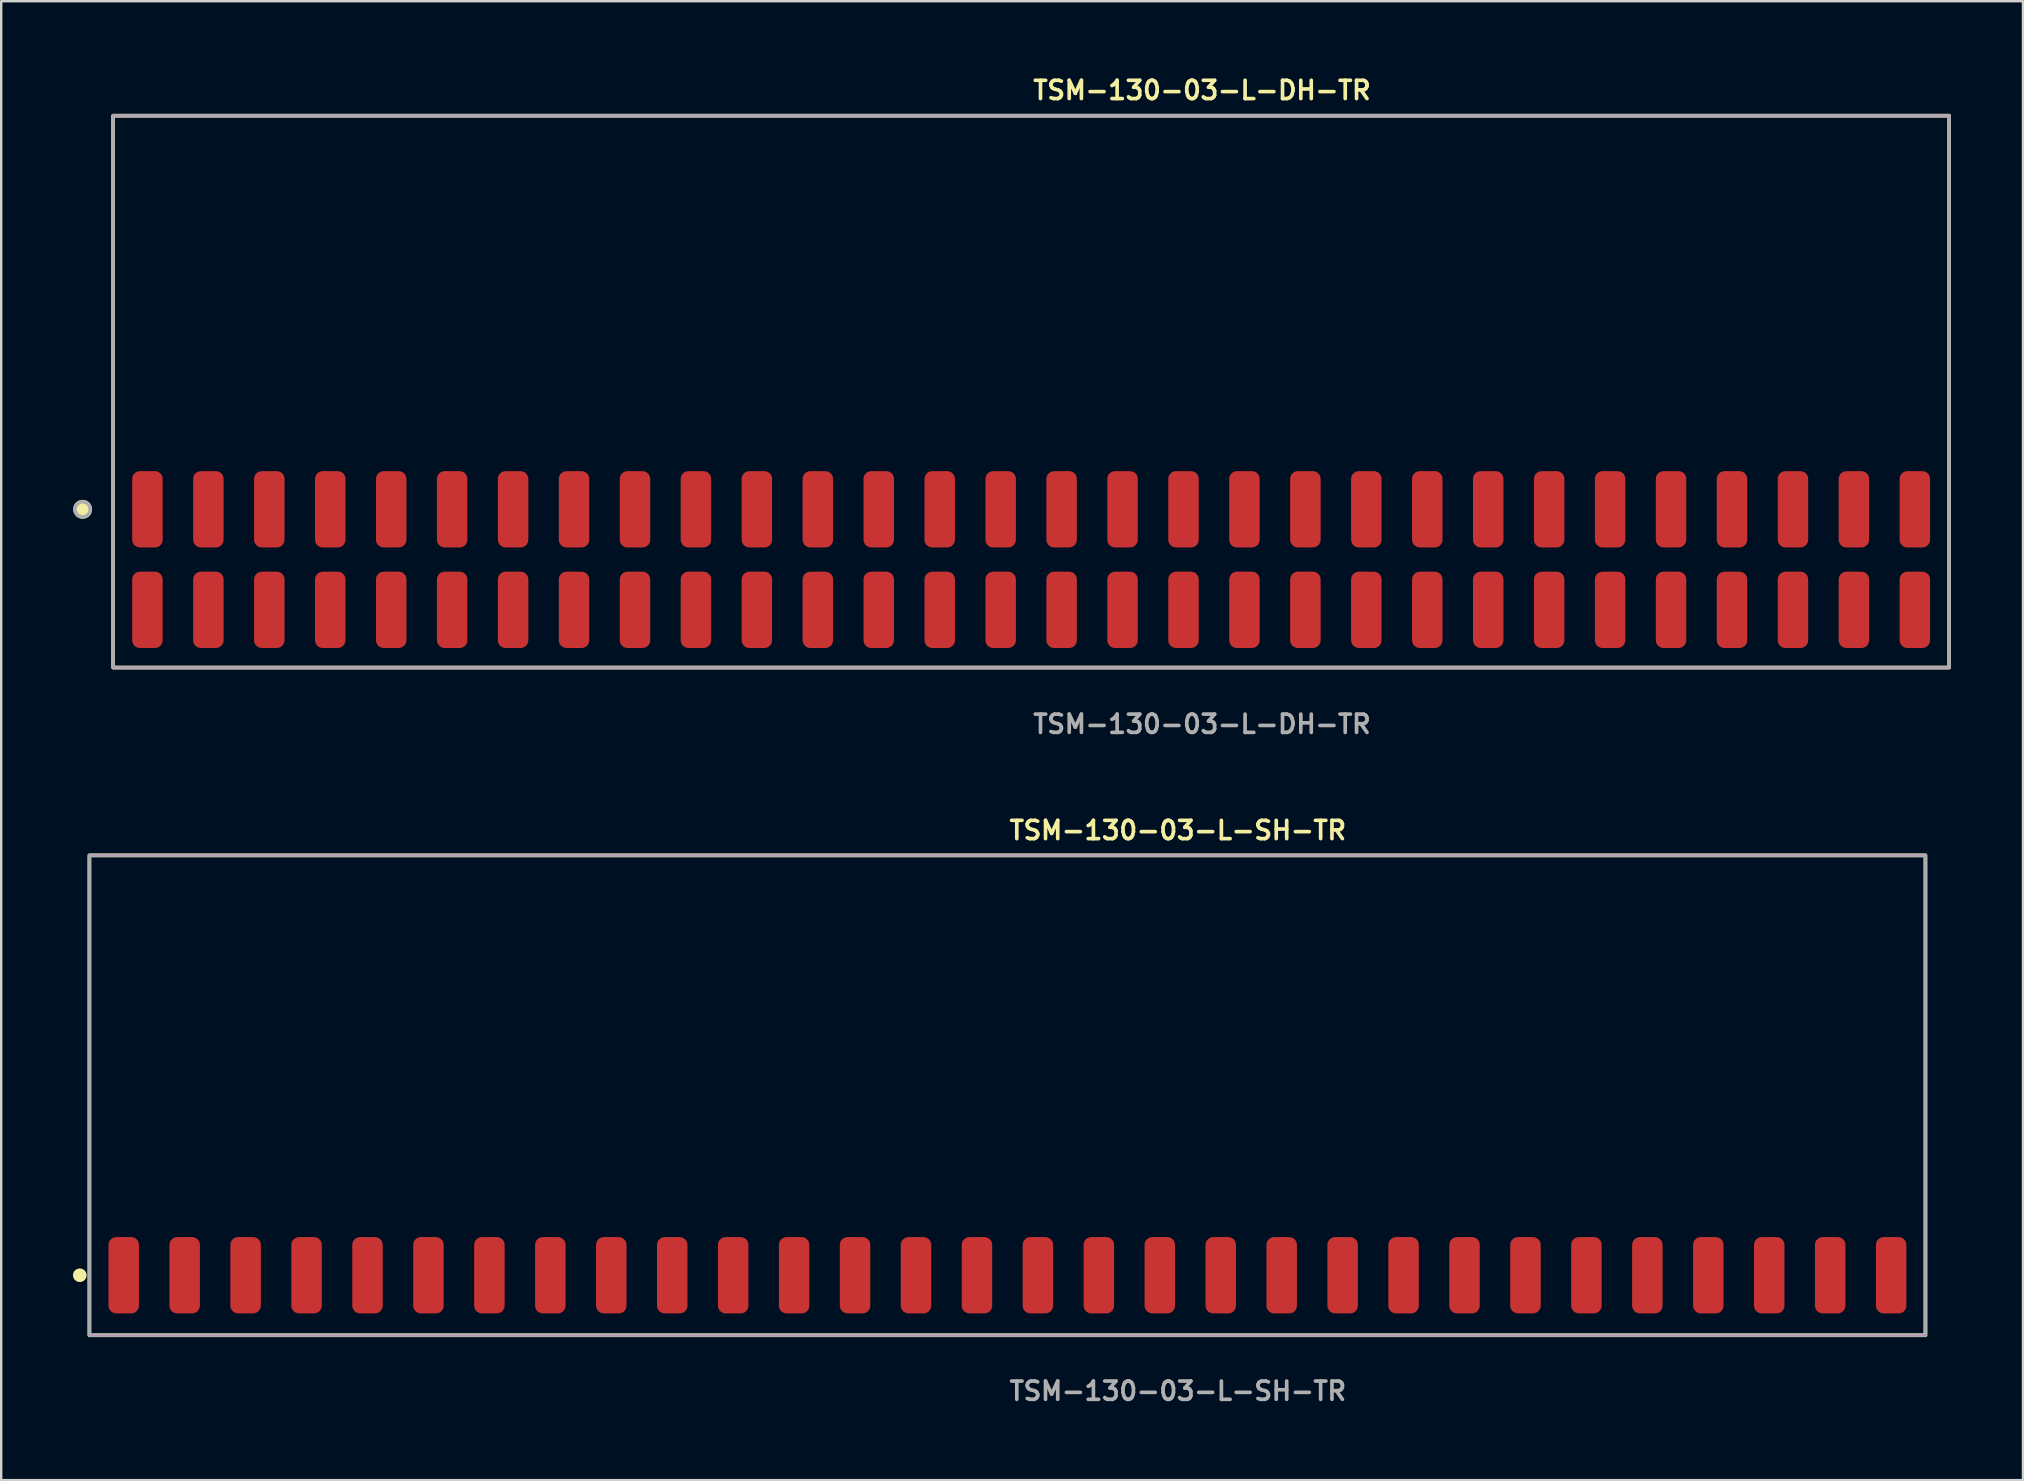
<source format=kicad_pcb>
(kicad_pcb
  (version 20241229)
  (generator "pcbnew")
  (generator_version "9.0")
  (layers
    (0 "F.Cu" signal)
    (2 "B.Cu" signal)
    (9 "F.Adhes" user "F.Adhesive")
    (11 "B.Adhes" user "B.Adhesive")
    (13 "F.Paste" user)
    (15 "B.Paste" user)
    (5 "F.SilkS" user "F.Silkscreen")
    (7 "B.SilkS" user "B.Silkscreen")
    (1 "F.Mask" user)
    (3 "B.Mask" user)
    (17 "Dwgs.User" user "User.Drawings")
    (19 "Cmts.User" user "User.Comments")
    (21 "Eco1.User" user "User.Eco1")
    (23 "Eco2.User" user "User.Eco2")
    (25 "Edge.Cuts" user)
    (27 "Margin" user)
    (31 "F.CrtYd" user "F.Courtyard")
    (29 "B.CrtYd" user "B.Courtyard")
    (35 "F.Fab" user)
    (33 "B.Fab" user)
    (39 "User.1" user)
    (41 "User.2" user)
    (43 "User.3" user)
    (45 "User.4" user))
  (footprint "TSM-130-03-L-SH-TR"
    (layer "F.Cu")
    (at 38.936 50.098)
    (property "Reference" "TSM-130-03-L-SH-TR" (at 0 -18.542 0) (unlocked yes) (layer "F.SilkS") (effects (font (size 0.762 0.762) (thickness 0.152)) (justify left)))
    (fp_rect (start -38.26 2.5) (end 38.26 -17.5) (stroke (width 0.152) (type solid)) (fill no) (layer "F.SilkS"))
    (fp_circle (center -38.66 0) (end -38.86 0) (stroke (width 0.152) (type solid)) (fill yes) (layer "F.SilkS"))
    (fp_circle (center -38.66 0) (end -38.86 0) (stroke (width 0.152) (type solid)) (fill yes) (layer "F.SilkS"))
    (fp_rect (start -38.26 2.5) (end 38.26 -17.5) (stroke (width 0.006) (type solid)) (fill no) (layer "F.CrtYd"))
    (fp_rect (start -38.26 2.5) (end 38.26 -17.5) (stroke (width 0.152) (type solid)) (fill no) (layer "F.Fab"))
    (fp_text user "${REFERENCE}" (at 0 4.826 0) (unlocked yes) (layer "F.Fab") (effects (font (size 0.762 0.762) (thickness 0.152)) (justify left)))
    (pad "1" smd roundrect (at -36.83 0) (size 1.27 3.18) (layers "F.Cu" "F.Paste") (roundrect_rratio 0.25))
    (pad "2" smd roundrect (at -34.29 0) (size 1.27 3.18) (layers "F.Cu" "F.Paste") (roundrect_rratio 0.25))
    (pad "3" smd roundrect (at -31.75 0) (size 1.27 3.18) (layers "F.Cu" "F.Paste") (roundrect_rratio 0.25))
    (pad "4" smd roundrect (at -29.21 0) (size 1.27 3.18) (layers "F.Cu" "F.Paste") (roundrect_rratio 0.25))
    (pad "5" smd roundrect (at -26.67 0) (size 1.27 3.18) (layers "F.Cu" "F.Paste") (roundrect_rratio 0.25))
    (pad "6" smd roundrect (at -24.13 0) (size 1.27 3.18) (layers "F.Cu" "F.Paste") (roundrect_rratio 0.25))
    (pad "7" smd roundrect (at -21.59 0) (size 1.27 3.18) (layers "F.Cu" "F.Paste") (roundrect_rratio 0.25))
    (pad "8" smd roundrect (at -19.05 0) (size 1.27 3.18) (layers "F.Cu" "F.Paste") (roundrect_rratio 0.25))
    (pad "9" smd roundrect (at -16.51 0) (size 1.27 3.18) (layers "F.Cu" "F.Paste") (roundrect_rratio 0.25))
    (pad "10" smd roundrect (at -13.97 0) (size 1.27 3.18) (layers "F.Cu" "F.Paste") (roundrect_rratio 0.25))
    (pad "11" smd roundrect (at -11.43 0) (size 1.27 3.18) (layers "F.Cu" "F.Paste") (roundrect_rratio 0.25))
    (pad "12" smd roundrect (at -8.89 0) (size 1.27 3.18) (layers "F.Cu" "F.Paste") (roundrect_rratio 0.25))
    (pad "13" smd roundrect (at -6.35 0) (size 1.27 3.18) (layers "F.Cu" "F.Paste") (roundrect_rratio 0.25))
    (pad "14" smd roundrect (at -3.81 0) (size 1.27 3.18) (layers "F.Cu" "F.Paste") (roundrect_rratio 0.25))
    (pad "15" smd roundrect (at -1.27 0) (size 1.27 3.18) (layers "F.Cu" "F.Paste") (roundrect_rratio 0.25))
    (pad "16" smd roundrect (at 1.27 0) (size 1.27 3.18) (layers "F.Cu" "F.Paste") (roundrect_rratio 0.25))
    (pad "17" smd roundrect (at 3.81 0) (size 1.27 3.18) (layers "F.Cu" "F.Paste") (roundrect_rratio 0.25))
    (pad "18" smd roundrect (at 6.35 0) (size 1.27 3.18) (layers "F.Cu" "F.Paste") (roundrect_rratio 0.25))
    (pad "19" smd roundrect (at 8.89 0) (size 1.27 3.18) (layers "F.Cu" "F.Paste") (roundrect_rratio 0.25))
    (pad "20" smd roundrect (at 11.43 0) (size 1.27 3.18) (layers "F.Cu" "F.Paste") (roundrect_rratio 0.25))
    (pad "21" smd roundrect (at 13.97 0) (size 1.27 3.18) (layers "F.Cu" "F.Paste") (roundrect_rratio 0.25))
    (pad "22" smd roundrect (at 16.51 0) (size 1.27 3.18) (layers "F.Cu" "F.Paste") (roundrect_rratio 0.25))
    (pad "23" smd roundrect (at 19.05 0) (size 1.27 3.18) (layers "F.Cu" "F.Paste") (roundrect_rratio 0.25))
    (pad "24" smd roundrect (at 21.59 0) (size 1.27 3.18) (layers "F.Cu" "F.Paste") (roundrect_rratio 0.25))
    (pad "25" smd roundrect (at 24.13 0) (size 1.27 3.18) (layers "F.Cu" "F.Paste") (roundrect_rratio 0.25))
    (pad "26" smd roundrect (at 26.67 0) (size 1.27 3.18) (layers "F.Cu" "F.Paste") (roundrect_rratio 0.25))
    (pad "27" smd roundrect (at 29.21 0) (size 1.27 3.18) (layers "F.Cu" "F.Paste") (roundrect_rratio 0.25))
    (pad "28" smd roundrect (at 31.75 0) (size 1.27 3.18) (layers "F.Cu" "F.Paste") (roundrect_rratio 0.25))
    (pad "29" smd roundrect (at 34.29 0) (size 1.27 3.18) (layers "F.Cu" "F.Paste") (roundrect_rratio 0.25))
    (pad "30" smd roundrect (at 36.83 0) (size 1.27 3.18) (layers "F.Cu" "F.Paste") (roundrect_rratio 0.25)))
  (footprint "TSM-130-03-L-DH-TR"
    (layer "F.Cu")
    (at 39.924 20.271)
    (property "Reference" "TSM-130-03-L-DH-TR" (at 0 -19.558 0) (unlocked yes) (layer "F.SilkS") (effects (font (size 0.762 0.762) (thickness 0.152)) (justify left)))
    (fp_rect (start -38.26 4.5) (end 38.26 -18.5) (stroke (width 0.152) (type solid)) (fill no) (layer "F.SilkS"))
    (fp_circle (center -39.53 -2.095) (end -39.847 -2.095) (stroke (width 0.152) (type solid)) (fill yes) (layer "F.SilkS"))
    (fp_rect (start -38.26 4.5) (end 38.26 -18.5) (stroke (width 0.006) (type solid)) (fill no) (layer "F.CrtYd"))
    (fp_rect (start -38.26 4.5) (end 38.26 -18.5) (stroke (width 0.152) (type solid)) (fill no) (layer "F.Fab"))
    (fp_circle (center -39.53 -2.095) (end -39.847 -2.095) (stroke (width 0.152) (type solid)) (fill no) (layer "F.Fab"))
    (fp_text user "${REFERENCE}" (at 0 6.858 0) (unlocked yes) (layer "F.Fab") (effects (font (size 0.762 0.762) (thickness 0.152)) (justify left)))
    (pad "1" smd roundrect (at -36.83 2.095) (size 1.27 3.18) (layers "F.Cu" "F.Paste") (roundrect_rratio 0.25))
    (pad "2" smd roundrect (at -36.83 -2.095) (size 1.27 3.18) (layers "F.Cu" "F.Paste") (roundrect_rratio 0.25))
    (pad "3" smd roundrect (at -34.29 2.095) (size 1.27 3.18) (layers "F.Cu" "F.Paste") (roundrect_rratio 0.25))
    (pad "4" smd roundrect (at -34.29 -2.095) (size 1.27 3.18) (layers "F.Cu" "F.Paste") (roundrect_rratio 0.25))
    (pad "5" smd roundrect (at -31.75 2.095) (size 1.27 3.18) (layers "F.Cu" "F.Paste") (roundrect_rratio 0.25))
    (pad "6" smd roundrect (at -31.75 -2.095) (size 1.27 3.18) (layers "F.Cu" "F.Paste") (roundrect_rratio 0.25))
    (pad "7" smd roundrect (at -29.21 2.095) (size 1.27 3.18) (layers "F.Cu" "F.Paste") (roundrect_rratio 0.25))
    (pad "8" smd roundrect (at -29.21 -2.095) (size 1.27 3.18) (layers "F.Cu" "F.Paste") (roundrect_rratio 0.25))
    (pad "9" smd roundrect (at -26.67 2.095) (size 1.27 3.18) (layers "F.Cu" "F.Paste") (roundrect_rratio 0.25))
    (pad "10" smd roundrect (at -26.67 -2.095) (size 1.27 3.18) (layers "F.Cu" "F.Paste") (roundrect_rratio 0.25))
    (pad "11" smd roundrect (at -24.13 2.095) (size 1.27 3.18) (layers "F.Cu" "F.Paste") (roundrect_rratio 0.25))
    (pad "12" smd roundrect (at -24.13 -2.095) (size 1.27 3.18) (layers "F.Cu" "F.Paste") (roundrect_rratio 0.25))
    (pad "13" smd roundrect (at -21.59 2.095) (size 1.27 3.18) (layers "F.Cu" "F.Paste") (roundrect_rratio 0.25))
    (pad "14" smd roundrect (at -21.59 -2.095) (size 1.27 3.18) (layers "F.Cu" "F.Paste") (roundrect_rratio 0.25))
    (pad "15" smd roundrect (at -19.05 2.095) (size 1.27 3.18) (layers "F.Cu" "F.Paste") (roundrect_rratio 0.25))
    (pad "16" smd roundrect (at -19.05 -2.095) (size 1.27 3.18) (layers "F.Cu" "F.Paste") (roundrect_rratio 0.25))
    (pad "17" smd roundrect (at -16.51 2.095) (size 1.27 3.18) (layers "F.Cu" "F.Paste") (roundrect_rratio 0.25))
    (pad "18" smd roundrect (at -16.51 -2.095) (size 1.27 3.18) (layers "F.Cu" "F.Paste") (roundrect_rratio 0.25))
    (pad "19" smd roundrect (at -13.97 2.095) (size 1.27 3.18) (layers "F.Cu" "F.Paste") (roundrect_rratio 0.25))
    (pad "20" smd roundrect (at -13.97 -2.095) (size 1.27 3.18) (layers "F.Cu" "F.Paste") (roundrect_rratio 0.25))
    (pad "21" smd roundrect (at -11.43 2.095) (size 1.27 3.18) (layers "F.Cu" "F.Paste") (roundrect_rratio 0.25))
    (pad "22" smd roundrect (at -11.43 -2.095) (size 1.27 3.18) (layers "F.Cu" "F.Paste") (roundrect_rratio 0.25))
    (pad "23" smd roundrect (at -8.89 2.095) (size 1.27 3.18) (layers "F.Cu" "F.Paste") (roundrect_rratio 0.25))
    (pad "24" smd roundrect (at -8.89 -2.095) (size 1.27 3.18) (layers "F.Cu" "F.Paste") (roundrect_rratio 0.25))
    (pad "25" smd roundrect (at -6.35 2.095) (size 1.27 3.18) (layers "F.Cu" "F.Paste") (roundrect_rratio 0.25))
    (pad "26" smd roundrect (at -6.35 -2.095) (size 1.27 3.18) (layers "F.Cu" "F.Paste") (roundrect_rratio 0.25))
    (pad "27" smd roundrect (at -3.81 2.095) (size 1.27 3.18) (layers "F.Cu" "F.Paste") (roundrect_rratio 0.25))
    (pad "28" smd roundrect (at -3.81 -2.095) (size 1.27 3.18) (layers "F.Cu" "F.Paste") (roundrect_rratio 0.25))
    (pad "29" smd roundrect (at -1.27 2.095) (size 1.27 3.18) (layers "F.Cu" "F.Paste") (roundrect_rratio 0.25))
    (pad "30" smd roundrect (at -1.27 -2.095) (size 1.27 3.18) (layers "F.Cu" "F.Paste") (roundrect_rratio 0.25))
    (pad "31" smd roundrect (at 1.27 2.095) (size 1.27 3.18) (layers "F.Cu" "F.Paste") (roundrect_rratio 0.25))
    (pad "32" smd roundrect (at 1.27 -2.095) (size 1.27 3.18) (layers "F.Cu" "F.Paste") (roundrect_rratio 0.25))
    (pad "33" smd roundrect (at 3.81 2.095) (size 1.27 3.18) (layers "F.Cu" "F.Paste") (roundrect_rratio 0.25))
    (pad "34" smd roundrect (at 3.81 -2.095) (size 1.27 3.18) (layers "F.Cu" "F.Paste") (roundrect_rratio 0.25))
    (pad "35" smd roundrect (at 6.35 2.095) (size 1.27 3.18) (layers "F.Cu" "F.Paste") (roundrect_rratio 0.25))
    (pad "36" smd roundrect (at 6.35 -2.095) (size 1.27 3.18) (layers "F.Cu" "F.Paste") (roundrect_rratio 0.25))
    (pad "37" smd roundrect (at 8.89 2.095) (size 1.27 3.18) (layers "F.Cu" "F.Paste") (roundrect_rratio 0.25))
    (pad "38" smd roundrect (at 8.89 -2.095) (size 1.27 3.18) (layers "F.Cu" "F.Paste") (roundrect_rratio 0.25))
    (pad "39" smd roundrect (at 11.43 2.095) (size 1.27 3.18) (layers "F.Cu" "F.Paste") (roundrect_rratio 0.25))
    (pad "40" smd roundrect (at 11.43 -2.095) (size 1.27 3.18) (layers "F.Cu" "F.Paste") (roundrect_rratio 0.25))
    (pad "41" smd roundrect (at 13.97 2.095) (size 1.27 3.18) (layers "F.Cu" "F.Paste") (roundrect_rratio 0.25))
    (pad "42" smd roundrect (at 13.97 -2.095) (size 1.27 3.18) (layers "F.Cu" "F.Paste") (roundrect_rratio 0.25))
    (pad "43" smd roundrect (at 16.51 2.095) (size 1.27 3.18) (layers "F.Cu" "F.Paste") (roundrect_rratio 0.25))
    (pad "44" smd roundrect (at 16.51 -2.095) (size 1.27 3.18) (layers "F.Cu" "F.Paste") (roundrect_rratio 0.25))
    (pad "45" smd roundrect (at 19.05 2.095) (size 1.27 3.18) (layers "F.Cu" "F.Paste") (roundrect_rratio 0.25))
    (pad "46" smd roundrect (at 19.05 -2.095) (size 1.27 3.18) (layers "F.Cu" "F.Paste") (roundrect_rratio 0.25))
    (pad "47" smd roundrect (at 21.59 2.095) (size 1.27 3.18) (layers "F.Cu" "F.Paste") (roundrect_rratio 0.25))
    (pad "48" smd roundrect (at 21.59 -2.095) (size 1.27 3.18) (layers "F.Cu" "F.Paste") (roundrect_rratio 0.25))
    (pad "49" smd roundrect (at 24.13 2.095) (size 1.27 3.18) (layers "F.Cu" "F.Paste") (roundrect_rratio 0.25))
    (pad "50" smd roundrect (at 24.13 -2.095) (size 1.27 3.18) (layers "F.Cu" "F.Paste") (roundrect_rratio 0.25))
    (pad "51" smd roundrect (at 26.67 2.095) (size 1.27 3.18) (layers "F.Cu" "F.Paste") (roundrect_rratio 0.25))
    (pad "52" smd roundrect (at 26.67 -2.095) (size 1.27 3.18) (layers "F.Cu" "F.Paste") (roundrect_rratio 0.25))
    (pad "53" smd roundrect (at 29.21 2.095) (size 1.27 3.18) (layers "F.Cu" "F.Paste") (roundrect_rratio 0.25))
    (pad "54" smd roundrect (at 29.21 -2.095) (size 1.27 3.18) (layers "F.Cu" "F.Paste") (roundrect_rratio 0.25))
    (pad "55" smd roundrect (at 31.75 2.095) (size 1.27 3.18) (layers "F.Cu" "F.Paste") (roundrect_rratio 0.25))
    (pad "56" smd roundrect (at 31.75 -2.095) (size 1.27 3.18) (layers "F.Cu" "F.Paste") (roundrect_rratio 0.25))
    (pad "57" smd roundrect (at 34.29 2.095) (size 1.27 3.18) (layers "F.Cu" "F.Paste") (roundrect_rratio 0.25))
    (pad "58" smd roundrect (at 34.29 -2.095) (size 1.27 3.18) (layers "F.Cu" "F.Paste") (roundrect_rratio 0.25))
    (pad "59" smd roundrect (at 36.83 2.095) (size 1.27 3.18) (layers "F.Cu" "F.Paste") (roundrect_rratio 0.25))
    (pad "60" smd roundrect (at 36.83 -2.095) (size 1.27 3.18) (layers "F.Cu" "F.Paste") (roundrect_rratio 0.25)))
  (gr_rect
    (start -3 -3)
    (end 81.26 58.637)
    (stroke (width 0.1) (type default))
    (fill no)
    (layer "Edge.Cuts")))
</source>
